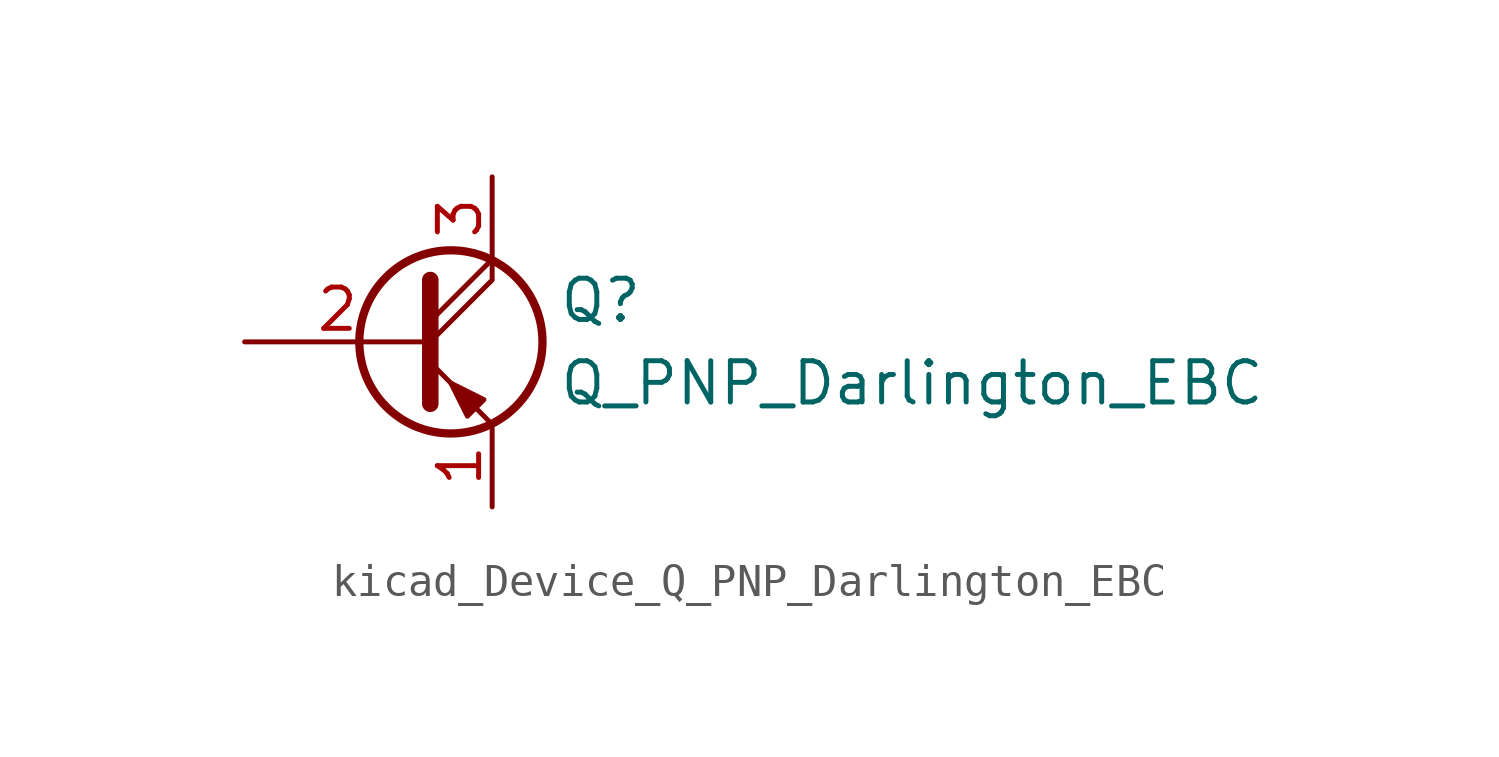
<source format=kicad_sym>
(kicad_symbol_lib
  (version 20220914)
  (generator kicad_symbol_editor)
  (symbol "kicad_Device_Q_PNP_Darlington_EBC"
    (pin_names
      (offset 0) hide)
    (property "Reference" "Q"
      (at 4.572 1.27 0)
      (effects (font (size 1.27 1.27)) (justify left)))
    (property "Value" "Q_PNP_Darlington_EBC"
      (at 4.572 -1.27 0)
      (effects (font (size 1.27 1.27)) (justify left)))
    (symbol "kicad_Device_Q_PNP_Darlington_EBC_0_1"
      (polyline (pts (xy 0.635 0.635) (xy 2.54 2.54)) (stroke (width 0) (type default)) (fill (type none)))
      (polyline (pts (xy 0.635 -0.635) (xy 2.54 -2.54) (xy 2.54 -2.54)) (stroke (width 0) (type default)) (fill (type none)))
      (polyline (pts (xy 0.635 0) (xy 2.54 1.905) (xy 2.54 2.54)) (stroke (width 0) (type default)) (fill (type none)))
      (polyline (pts (xy 0.635 1.905) (xy 0.635 -1.905) (xy 0.635 -1.905)) (stroke (width 0.508) (type default)) (fill (type none)))
      (polyline (pts (xy 2.286 -1.778) (xy 1.778 -2.286) (xy 1.27 -1.27) (xy 2.286 -1.778) (xy 2.286 -1.778)) (stroke (width 0) (type default)) (fill (type outline)))
      (circle (center 1.27 0) (radius 2.819) (stroke (width 0.254) (type default)) (fill (type none))))
    (symbol "kicad_Device_Q_PNP_Darlington_EBC_1_1"
      (pin passive line (at 2.54 -5.08 90) (length 2.54) (name "E" (effects (font (size 1.27 1.27)))) (number "1" (effects (font (size 1.27 1.27)))))
      (pin input line (at -5.08 0 0) (length 5.715) (name "B" (effects (font (size 1.27 1.27)))) (number "2" (effects (font (size 1.27 1.27)))))
      (pin passive line (at 2.54 5.08 270) (length 2.54) (name "C" (effects (font (size 1.27 1.27)))) (number "3" (effects (font (size 1.27 1.27))))))))
</source>
